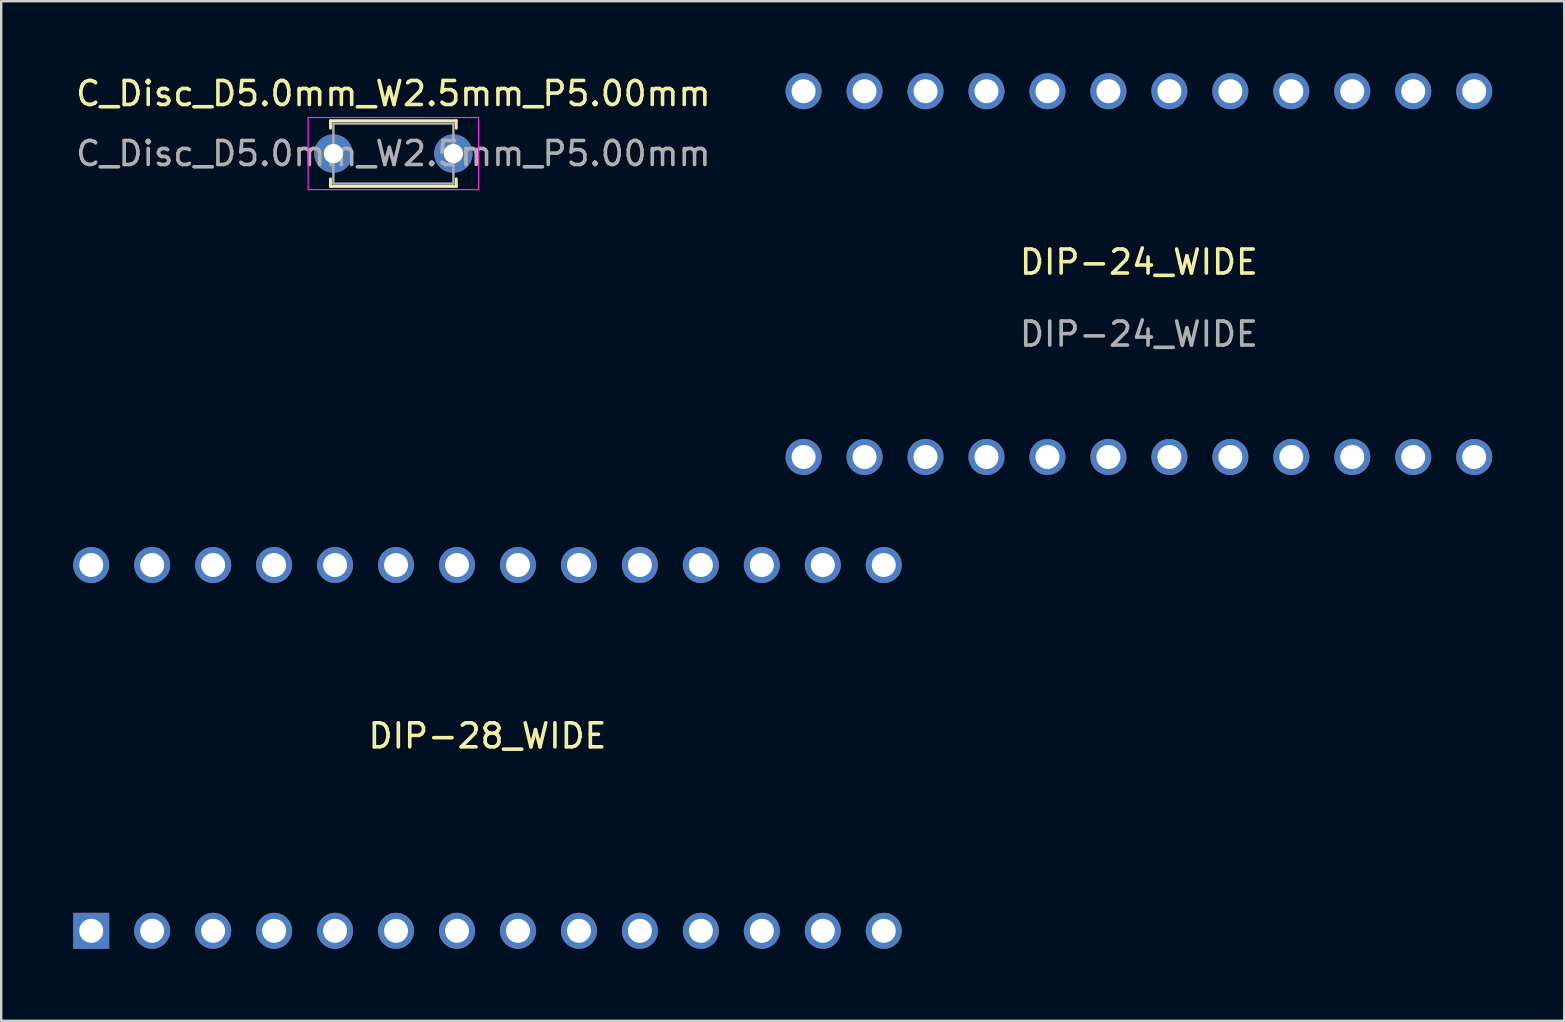
<source format=kicad_pcb>
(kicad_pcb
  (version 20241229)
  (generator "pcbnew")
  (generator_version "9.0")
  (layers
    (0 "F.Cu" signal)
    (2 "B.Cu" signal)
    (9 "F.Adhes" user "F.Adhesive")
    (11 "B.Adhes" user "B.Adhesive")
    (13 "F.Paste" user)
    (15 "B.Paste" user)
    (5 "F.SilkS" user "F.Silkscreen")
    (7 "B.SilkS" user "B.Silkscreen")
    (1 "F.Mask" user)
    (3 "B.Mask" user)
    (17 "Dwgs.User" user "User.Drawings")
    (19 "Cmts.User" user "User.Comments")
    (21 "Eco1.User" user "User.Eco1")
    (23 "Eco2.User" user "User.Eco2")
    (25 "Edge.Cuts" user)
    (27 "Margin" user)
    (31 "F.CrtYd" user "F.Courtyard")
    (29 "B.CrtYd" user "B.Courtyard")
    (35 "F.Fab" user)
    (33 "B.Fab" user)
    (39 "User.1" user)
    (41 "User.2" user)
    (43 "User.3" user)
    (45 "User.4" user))
  (footprint "DIP-24_WIDE"
    (layer "F.Cu")
    (at 44.399 8.37)
    (property "Reference" "DIP-24_WIDE" (at 0 -0.5 0) (unlocked yes) (layer "F.SilkS") (effects (font (size 1 1) (thickness 0.15))))
    (attr through_hole)
    (fp_text user "${REFERENCE}" (at 0 2.5 0) (unlocked yes) (layer "F.Fab") (effects (font (size 1 1) (thickness 0.15))))
    (pad "1" thru_hole circle (at -13.97 7.62) (size 1.5 1.5) (drill 1) (layers "*.Cu" "*.Mask"))
    (pad "2" thru_hole circle (at -11.43 7.62) (size 1.5 1.5) (drill 1) (layers "*.Cu" "*.Mask"))
    (pad "3" thru_hole circle (at -8.89 7.62) (size 1.5 1.5) (drill 1) (layers "*.Cu" "*.Mask"))
    (pad "4" thru_hole circle (at -6.35 7.62) (size 1.5 1.5) (drill 1) (layers "*.Cu" "*.Mask"))
    (pad "5" thru_hole circle (at -3.81 7.62) (size 1.5 1.5) (drill 1) (layers "*.Cu" "*.Mask"))
    (pad "6" thru_hole circle (at -1.27 7.62) (size 1.5 1.5) (drill 1) (layers "*.Cu" "*.Mask"))
    (pad "7" thru_hole circle (at 1.27 7.62) (size 1.5 1.5) (drill 1) (layers "*.Cu" "*.Mask"))
    (pad "8" thru_hole circle (at 3.81 7.62) (size 1.5 1.5) (drill 1) (layers "*.Cu" "*.Mask"))
    (pad "9" thru_hole circle (at 6.35 7.62) (size 1.5 1.5) (drill 1) (layers "*.Cu" "*.Mask"))
    (pad "10" thru_hole circle (at 8.89 7.62) (size 1.5 1.5) (drill 1) (layers "*.Cu" "*.Mask"))
    (pad "11" thru_hole circle (at 11.43 7.62) (size 1.5 1.5) (drill 1) (layers "*.Cu" "*.Mask"))
    (pad "12" thru_hole circle (at 13.97 7.62) (size 1.5 1.5) (drill 1) (layers "*.Cu" "*.Mask"))
    (pad "13" thru_hole circle (at 13.97 -7.62) (size 1.5 1.5) (drill 1) (layers "*.Cu" "*.Mask"))
    (pad "14" thru_hole circle (at 11.43 -7.62) (size 1.5 1.5) (drill 1) (layers "*.Cu" "*.Mask"))
    (pad "15" thru_hole circle (at 8.89 -7.62) (size 1.5 1.5) (drill 1) (layers "*.Cu" "*.Mask"))
    (pad "16" thru_hole circle (at 6.35 -7.62) (size 1.5 1.5) (drill 1) (layers "*.Cu" "*.Mask"))
    (pad "17" thru_hole circle (at 3.81 -7.62) (size 1.5 1.5) (drill 1) (layers "*.Cu" "*.Mask"))
    (pad "18" thru_hole circle (at 1.27 -7.62) (size 1.5 1.5) (drill 1) (layers "*.Cu" "*.Mask"))
    (pad "19" thru_hole circle (at -1.27 -7.62) (size 1.5 1.5) (drill 1) (layers "*.Cu" "*.Mask"))
    (pad "20" thru_hole circle (at -3.81 -7.62) (size 1.5 1.5) (drill 1) (layers "*.Cu" "*.Mask"))
    (pad "21" thru_hole circle (at -6.35 -7.62) (size 1.5 1.5) (drill 1) (layers "*.Cu" "*.Mask"))
    (pad "22" thru_hole circle (at -8.89 -7.62) (size 1.5 1.5) (drill 1) (layers "*.Cu" "*.Mask"))
    (pad "23" thru_hole circle (at -11.43 -7.62) (size 1.5 1.5) (drill 1) (layers "*.Cu" "*.Mask"))
    (pad "24" thru_hole circle (at -13.97 -7.62) (size 1.5 1.5) (drill 1) (layers "*.Cu" "*.Mask")))
  (footprint "DIP-28_WIDE"
    (layer "F.Cu")
    (at 17.26 28.11)
    (property "Reference" "DIP-28_WIDE" (at 0 -0.5 0) (unlocked yes) (layer "F.SilkS") (effects (font (size 1 1) (thickness 0.15))))
    (attr through_hole)
    (pad "1" thru_hole rect (at -16.51 7.62) (size 1.5 1.5) (drill 1) (layers "*.Cu" "*.Mask"))
    (pad "2" thru_hole circle (at -13.97 7.62) (size 1.5 1.5) (drill 1) (layers "*.Cu" "*.Mask"))
    (pad "3" thru_hole circle (at -11.43 7.62) (size 1.5 1.5) (drill 1) (layers "*.Cu" "*.Mask"))
    (pad "4" thru_hole circle (at -8.89 7.62) (size 1.5 1.5) (drill 1) (layers "*.Cu" "*.Mask"))
    (pad "5" thru_hole circle (at -6.35 7.62) (size 1.5 1.5) (drill 1) (layers "*.Cu" "*.Mask"))
    (pad "6" thru_hole circle (at -3.81 7.62) (size 1.5 1.5) (drill 1) (layers "*.Cu" "*.Mask"))
    (pad "7" thru_hole circle (at -1.27 7.62) (size 1.5 1.5) (drill 1) (layers "*.Cu" "*.Mask"))
    (pad "8" thru_hole circle (at 1.27 7.62) (size 1.5 1.5) (drill 1) (layers "*.Cu" "*.Mask"))
    (pad "9" thru_hole circle (at 3.81 7.62) (size 1.5 1.5) (drill 1) (layers "*.Cu" "*.Mask"))
    (pad "10" thru_hole circle (at 6.35 7.62) (size 1.5 1.5) (drill 1) (layers "*.Cu" "*.Mask"))
    (pad "11" thru_hole circle (at 8.89 7.62) (size 1.5 1.5) (drill 1) (layers "*.Cu" "*.Mask"))
    (pad "12" thru_hole circle (at 11.43 7.62) (size 1.5 1.5) (drill 1) (layers "*.Cu" "*.Mask"))
    (pad "13" thru_hole circle (at 13.97 7.62) (size 1.5 1.5) (drill 1) (layers "*.Cu" "*.Mask"))
    (pad "14" thru_hole circle (at 16.51 7.62) (size 1.5 1.5) (drill 1) (layers "*.Cu" "*.Mask"))
    (pad "15" thru_hole circle (at 16.51 -7.62) (size 1.5 1.5) (drill 1) (layers "*.Cu" "*.Mask"))
    (pad "16" thru_hole circle (at 13.97 -7.62) (size 1.5 1.5) (drill 1) (layers "*.Cu" "*.Mask"))
    (pad "17" thru_hole circle (at 11.43 -7.62) (size 1.5 1.5) (drill 1) (layers "*.Cu" "*.Mask"))
    (pad "18" thru_hole circle (at 8.89 -7.62) (size 1.5 1.5) (drill 1) (layers "*.Cu" "*.Mask"))
    (pad "19" thru_hole circle (at 6.35 -7.62) (size 1.5 1.5) (drill 1) (layers "*.Cu" "*.Mask"))
    (pad "20" thru_hole circle (at 3.81 -7.62) (size 1.5 1.5) (drill 1) (layers "*.Cu" "*.Mask"))
    (pad "21" thru_hole circle (at 1.27 -7.62) (size 1.5 1.5) (drill 1) (layers "*.Cu" "*.Mask"))
    (pad "22" thru_hole circle (at -1.27 -7.62) (size 1.5 1.5) (drill 1) (layers "*.Cu" "*.Mask"))
    (pad "23" thru_hole circle (at -3.81 -7.62) (size 1.5 1.5) (drill 1) (layers "*.Cu" "*.Mask"))
    (pad "24" thru_hole circle (at -6.35 -7.62) (size 1.5 1.5) (drill 1) (layers "*.Cu" "*.Mask"))
    (pad "25" thru_hole circle (at -8.89 -7.62) (size 1.5 1.5) (drill 1) (layers "*.Cu" "*.Mask"))
    (pad "26" thru_hole circle (at -11.43 -7.62) (size 1.5 1.5) (drill 1) (layers "*.Cu" "*.Mask"))
    (pad "27" thru_hole circle (at -13.97 -7.62) (size 1.5 1.5) (drill 1) (layers "*.Cu" "*.Mask"))
    (pad "28" thru_hole circle (at -16.51 -7.62) (size 1.5 1.5) (drill 1) (layers "*.Cu" "*.Mask")))
  (footprint "C_Disc_D5.0mm_W2.5mm_P5.00mm"
    (layer "F.Cu")
    (at 10.839 3.348)
    (property "Reference" "C_Disc_D5.0mm_W2.5mm_P5.00mm" (at 2.5 -2.5 0) (layer "F.SilkS") (effects (font (size 1 1) (thickness 0.15))))
    (attr through_hole)
    (fp_line (start -0.12 -1.37) (end -0.12 -1.055) (stroke (width 0.12) (type solid)) (layer "F.SilkS"))
    (fp_line (start -0.12 -1.37) (end 5.12 -1.37) (stroke (width 0.12) (type solid)) (layer "F.SilkS"))
    (fp_line (start -0.12 1.055) (end -0.12 1.37) (stroke (width 0.12) (type solid)) (layer "F.SilkS"))
    (fp_line (start -0.12 1.37) (end 5.12 1.37) (stroke (width 0.12) (type solid)) (layer "F.SilkS"))
    (fp_line (start 5.12 -1.37) (end 5.12 -1.055) (stroke (width 0.12) (type solid)) (layer "F.SilkS"))
    (fp_line (start 5.12 1.055) (end 5.12 1.37) (stroke (width 0.12) (type solid)) (layer "F.SilkS"))
    (fp_line (start -1.05 -1.5) (end -1.05 1.5) (stroke (width 0.05) (type solid)) (layer "F.CrtYd"))
    (fp_line (start -1.05 1.5) (end 6.05 1.5) (stroke (width 0.05) (type solid)) (layer "F.CrtYd"))
    (fp_line (start 6.05 -1.5) (end -1.05 -1.5) (stroke (width 0.05) (type solid)) (layer "F.CrtYd"))
    (fp_line (start 6.05 1.5) (end 6.05 -1.5) (stroke (width 0.05) (type solid)) (layer "F.CrtYd"))
    (fp_line (start 0 -1.25) (end 0 1.25) (stroke (width 0.1) (type solid)) (layer "F.Fab"))
    (fp_line (start 0 1.25) (end 5 1.25) (stroke (width 0.1) (type solid)) (layer "F.Fab"))
    (fp_line (start 5 -1.25) (end 0 -1.25) (stroke (width 0.1) (type solid)) (layer "F.Fab"))
    (fp_line (start 5 1.25) (end 5 -1.25) (stroke (width 0.1) (type solid)) (layer "F.Fab"))
    (fp_text user "${REFERENCE}" (at 2.5 0 0) (layer "F.Fab") (effects (font (size 1 1) (thickness 0.15))))
    (pad "1" thru_hole circle (at 0 0) (size 1.6 1.6) (drill 0.8) (layers "*.Cu" "*.Mask"))
    (pad "2" thru_hole circle (at 5 0) (size 1.6 1.6) (drill 0.8) (layers "*.Cu" "*.Mask")))
  (gr_rect
    (start -3 -3)
    (end 62.119 39.48)
    (stroke (width 0.1) (type default))
    (fill no)
    (layer "Edge.Cuts")))
</source>
